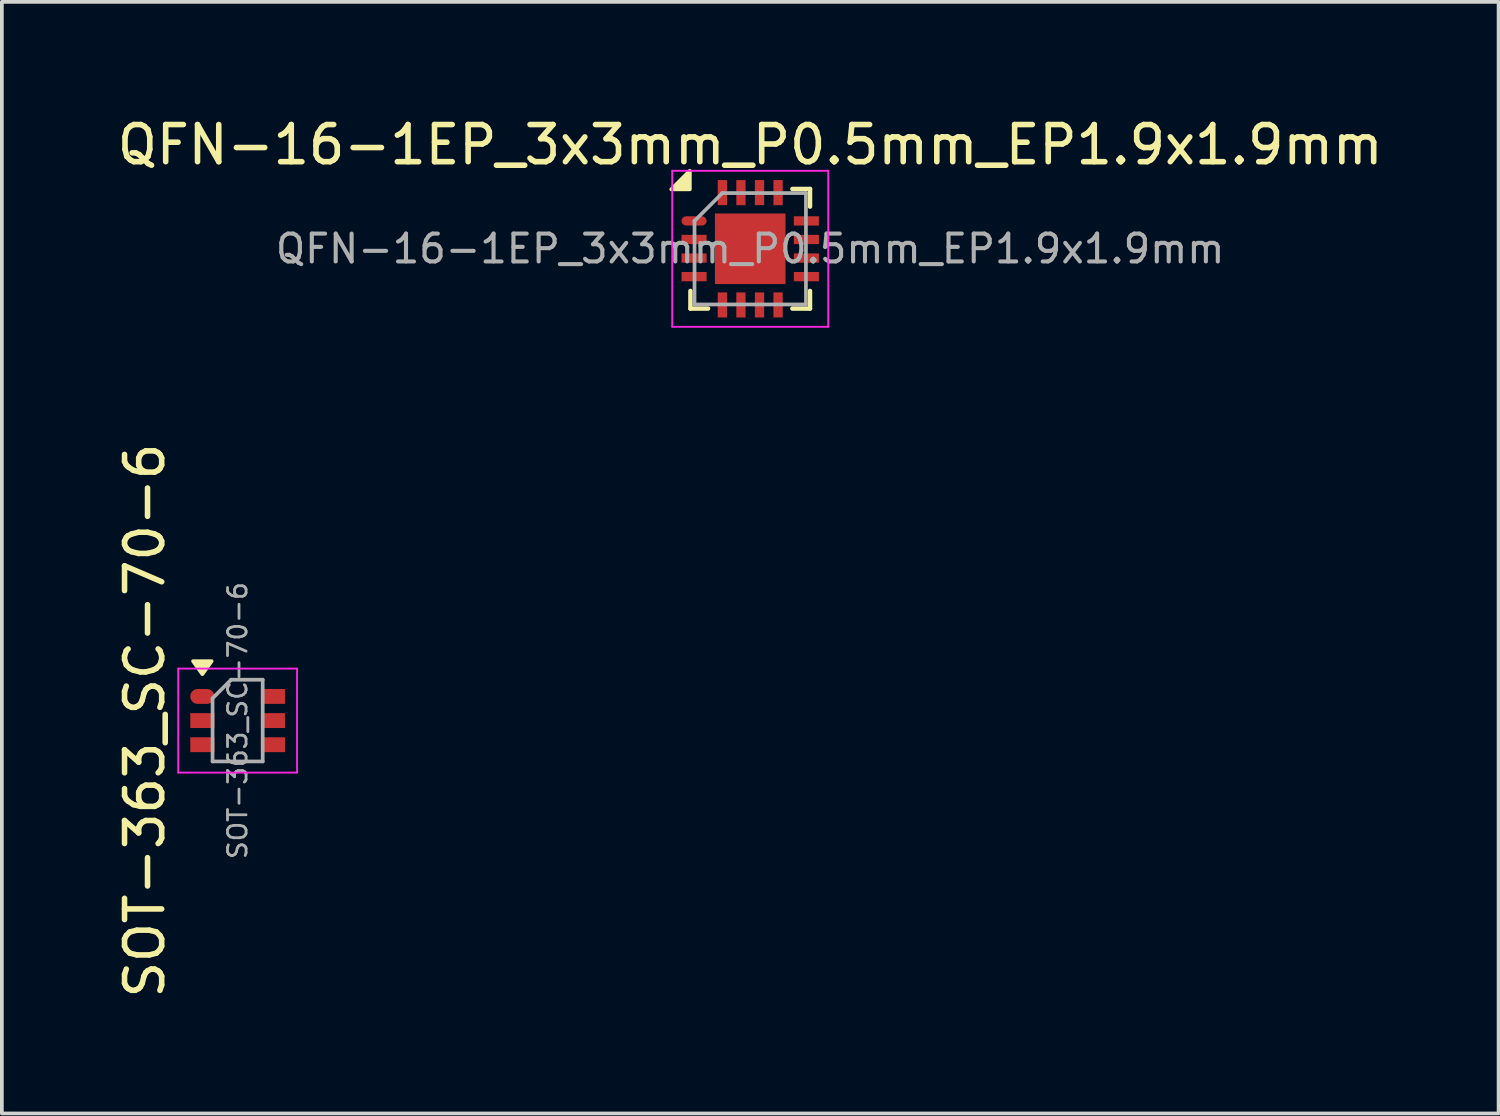
<source format=kicad_pcb>
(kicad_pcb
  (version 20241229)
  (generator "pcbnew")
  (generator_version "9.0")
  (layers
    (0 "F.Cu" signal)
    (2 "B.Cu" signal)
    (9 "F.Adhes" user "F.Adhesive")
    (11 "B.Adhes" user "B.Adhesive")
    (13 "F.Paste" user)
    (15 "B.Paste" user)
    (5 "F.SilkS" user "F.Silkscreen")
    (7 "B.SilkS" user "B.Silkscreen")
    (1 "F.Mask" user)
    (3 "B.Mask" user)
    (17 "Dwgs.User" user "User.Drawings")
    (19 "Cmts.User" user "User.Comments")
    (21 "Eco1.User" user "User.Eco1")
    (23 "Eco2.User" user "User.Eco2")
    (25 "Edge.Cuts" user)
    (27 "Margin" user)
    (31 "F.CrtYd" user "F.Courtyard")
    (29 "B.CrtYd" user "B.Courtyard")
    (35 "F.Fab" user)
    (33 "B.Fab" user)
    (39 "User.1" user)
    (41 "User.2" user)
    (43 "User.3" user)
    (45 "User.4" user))
  (footprint "SOT-363_SC-70-6"
    (layer "F.Cu")
    (at 3.348 16.351)
    (property "Reference" "SOT-363_SC-70-6" (at -2.5 0 90) (layer "F.SilkS") (effects (font (size 1 1) (thickness 0.15))))
    (attr smd)
    (fp_poly (pts (xy -0.95 -1.25) (xy -1.2 -1.6) (xy -0.7 -1.6)) (stroke (width 0.1) (type solid)) (fill yes) (layer "F.SilkS"))
    (fp_line (start -1.6 -1.4) (end -1.6 1.4) (stroke (width 0.05) (type solid)) (layer "F.CrtYd"))
    (fp_line (start -1.6 -1.4) (end 1.6 -1.4) (stroke (width 0.05) (type solid)) (layer "F.CrtYd"))
    (fp_line (start -1.6 1.4) (end 1.6 1.4) (stroke (width 0.05) (type solid)) (layer "F.CrtYd"))
    (fp_line (start 1.6 1.4) (end 1.6 -1.4) (stroke (width 0.05) (type solid)) (layer "F.CrtYd"))
    (fp_line (start -0.675 -0.6) (end -0.675 1.1) (stroke (width 0.1) (type solid)) (layer "F.Fab"))
    (fp_line (start -0.175 -1.1) (end -0.675 -0.6) (stroke (width 0.1) (type solid)) (layer "F.Fab"))
    (fp_line (start 0.675 -1.1) (end -0.175 -1.1) (stroke (width 0.1) (type solid)) (layer "F.Fab"))
    (fp_line (start 0.675 -1.1) (end 0.675 1.1) (stroke (width 0.1) (type solid)) (layer "F.Fab"))
    (fp_line (start 0.675 1.1) (end -0.675 1.1) (stroke (width 0.1) (type solid)) (layer "F.Fab"))
    (fp_text user "${REFERENCE}" (at 0 0 90) (layer "F.Fab") (effects (font (size 0.5 0.5) (thickness 0.075))))
    (pad "1" smd oval (at -0.95 -0.65) (size 0.65 0.4) (layers "F.Cu" "F.Mask" "F.Paste"))
    (pad "2" smd rect (at -0.95 0) (size 0.65 0.4) (layers "F.Cu" "F.Mask" "F.Paste"))
    (pad "3" smd rect (at -0.95 0.65) (size 0.65 0.4) (layers "F.Cu" "F.Mask" "F.Paste"))
    (pad "4" smd rect (at 0.95 0.65) (size 0.65 0.4) (layers "F.Cu" "F.Mask" "F.Paste"))
    (pad "5" smd rect (at 0.95 0) (size 0.65 0.4) (layers "F.Cu" "F.Mask" "F.Paste"))
    (pad "6" smd rect (at 0.95 -0.65) (size 0.65 0.4) (layers "F.Cu" "F.Mask" "F.Paste")))
  (footprint "QFN-16-1EP_3x3mm_P0.5mm_EP1.9x1.9mm"
    (layer "F.Cu")
    (at 17.149 3.648)
    (property "Reference" "QFN-16-1EP_3x3mm_P0.5mm_EP1.9x1.9mm" (at 0 -2.8 0) (layer "F.SilkS") (effects (font (size 1 1) (thickness 0.15))))
    (attr smd)
    (fp_line (start -1.61 1.61) (end -1.61 1.135) (stroke (width 0.12) (type solid)) (layer "F.SilkS"))
    (fp_line (start -1.135 1.61) (end -1.61 1.61) (stroke (width 0.12) (type solid)) (layer "F.SilkS"))
    (fp_line (start 1.135 -1.61) (end 1.61 -1.61) (stroke (width 0.12) (type solid)) (layer "F.SilkS"))
    (fp_line (start 1.135 1.61) (end 1.61 1.61) (stroke (width 0.12) (type solid)) (layer "F.SilkS"))
    (fp_line (start 1.61 -1.61) (end 1.61 -1.135) (stroke (width 0.12) (type solid)) (layer "F.SilkS"))
    (fp_line (start 1.61 1.61) (end 1.61 1.135) (stroke (width 0.12) (type solid)) (layer "F.SilkS"))
    (fp_poly (pts (xy -1.626 -1.6) (xy -2.126 -1.6) (xy -1.626 -2.1)) (stroke (width 0.1) (type solid)) (fill yes) (layer "F.SilkS"))
    (fp_line (start -2.1 -2.1) (end -2.1 2.1) (stroke (width 0.05) (type solid)) (layer "F.CrtYd"))
    (fp_line (start -2.1 2.1) (end 2.1 2.1) (stroke (width 0.05) (type solid)) (layer "F.CrtYd"))
    (fp_line (start 2.1 -2.1) (end -2.1 -2.1) (stroke (width 0.05) (type solid)) (layer "F.CrtYd"))
    (fp_line (start 2.1 2.1) (end 2.1 -2.1) (stroke (width 0.05) (type solid)) (layer "F.CrtYd"))
    (fp_line (start -1.5 -0.75) (end -0.75 -1.5) (stroke (width 0.1) (type solid)) (layer "F.Fab"))
    (fp_line (start -1.5 1.5) (end -1.5 -0.75) (stroke (width 0.1) (type solid)) (layer "F.Fab"))
    (fp_line (start -0.75 -1.5) (end 1.5 -1.5) (stroke (width 0.1) (type solid)) (layer "F.Fab"))
    (fp_line (start 1.5 -1.5) (end 1.5 1.5) (stroke (width 0.1) (type solid)) (layer "F.Fab"))
    (fp_line (start 1.5 1.5) (end -1.5 1.5) (stroke (width 0.1) (type solid)) (layer "F.Fab"))
    (fp_text user "${REFERENCE}" (at 0 0 0) (layer "F.Fab") (effects (font (size 0.75 0.75) (thickness 0.11))))
    (pad "" smd roundrect (at -0.475 -0.475) (size 0.77 0.77) (layers "F.Paste") (roundrect_rratio 0.25))
    (pad "" smd roundrect (at -0.475 0.475) (size 0.77 0.77) (layers "F.Paste") (roundrect_rratio 0.25))
    (pad "" smd roundrect (at 0.475 -0.475) (size 0.77 0.77) (layers "F.Paste") (roundrect_rratio 0.25))
    (pad "" smd roundrect (at 0.475 0.475) (size 0.77 0.77) (layers "F.Paste") (roundrect_rratio 0.25))
    (pad "1" smd roundrect (at -1.512 -0.75) (size 0.675 0.25) (layers "F.Cu" "F.Mask" "F.Paste") (roundrect_rratio 0.5))
    (pad "2" smd trapezoid (at -1.512 -0.25) (size 0.675 0.25) (layers "F.Cu" "F.Mask" "F.Paste"))
    (pad "3" smd trapezoid (at -1.512 0.25) (size 0.675 0.25) (layers "F.Cu" "F.Mask" "F.Paste"))
    (pad "4" smd trapezoid (at -1.512 0.75) (size 0.675 0.25) (layers "F.Cu" "F.Mask" "F.Paste"))
    (pad "5" smd trapezoid (at -0.75 1.512) (size 0.25 0.675) (layers "F.Cu" "F.Mask" "F.Paste"))
    (pad "6" smd trapezoid (at -0.25 1.512) (size 0.25 0.675) (layers "F.Cu" "F.Mask" "F.Paste"))
    (pad "7" smd trapezoid (at 0.25 1.512) (size 0.25 0.675) (layers "F.Cu" "F.Mask" "F.Paste"))
    (pad "8" smd trapezoid (at 0.75 1.512) (size 0.25 0.675) (layers "F.Cu" "F.Mask" "F.Paste"))
    (pad "9" smd trapezoid (at 1.512 0.75) (size 0.675 0.25) (layers "F.Cu" "F.Mask" "F.Paste"))
    (pad "10" smd trapezoid (at 1.512 0.25) (size 0.675 0.25) (layers "F.Cu" "F.Mask" "F.Paste"))
    (pad "11" smd trapezoid (at 1.512 -0.25) (size 0.675 0.25) (layers "F.Cu" "F.Mask" "F.Paste"))
    (pad "12" smd trapezoid (at 1.512 -0.75) (size 0.675 0.25) (layers "F.Cu" "F.Mask" "F.Paste"))
    (pad "13" smd trapezoid (at 0.75 -1.512) (size 0.25 0.675) (layers "F.Cu" "F.Mask" "F.Paste"))
    (pad "14" smd trapezoid (at 0.25 -1.512) (size 0.25 0.675) (layers "F.Cu" "F.Mask" "F.Paste"))
    (pad "15" smd trapezoid (at -0.25 -1.512) (size 0.25 0.675) (layers "F.Cu" "F.Mask" "F.Paste"))
    (pad "16" smd trapezoid (at -0.75 -1.512) (size 0.25 0.675) (layers "F.Cu" "F.Mask" "F.Paste"))
    (pad "17" smd rect (at 0 0) (size 1.9 1.9) (layers "F.Cu" "F.Mask")))
  (gr_rect
    (start -3 -3)
    (end 37.298 26.928)
    (stroke (width 0.1) (type default))
    (fill no)
    (layer "Edge.Cuts")))
</source>
